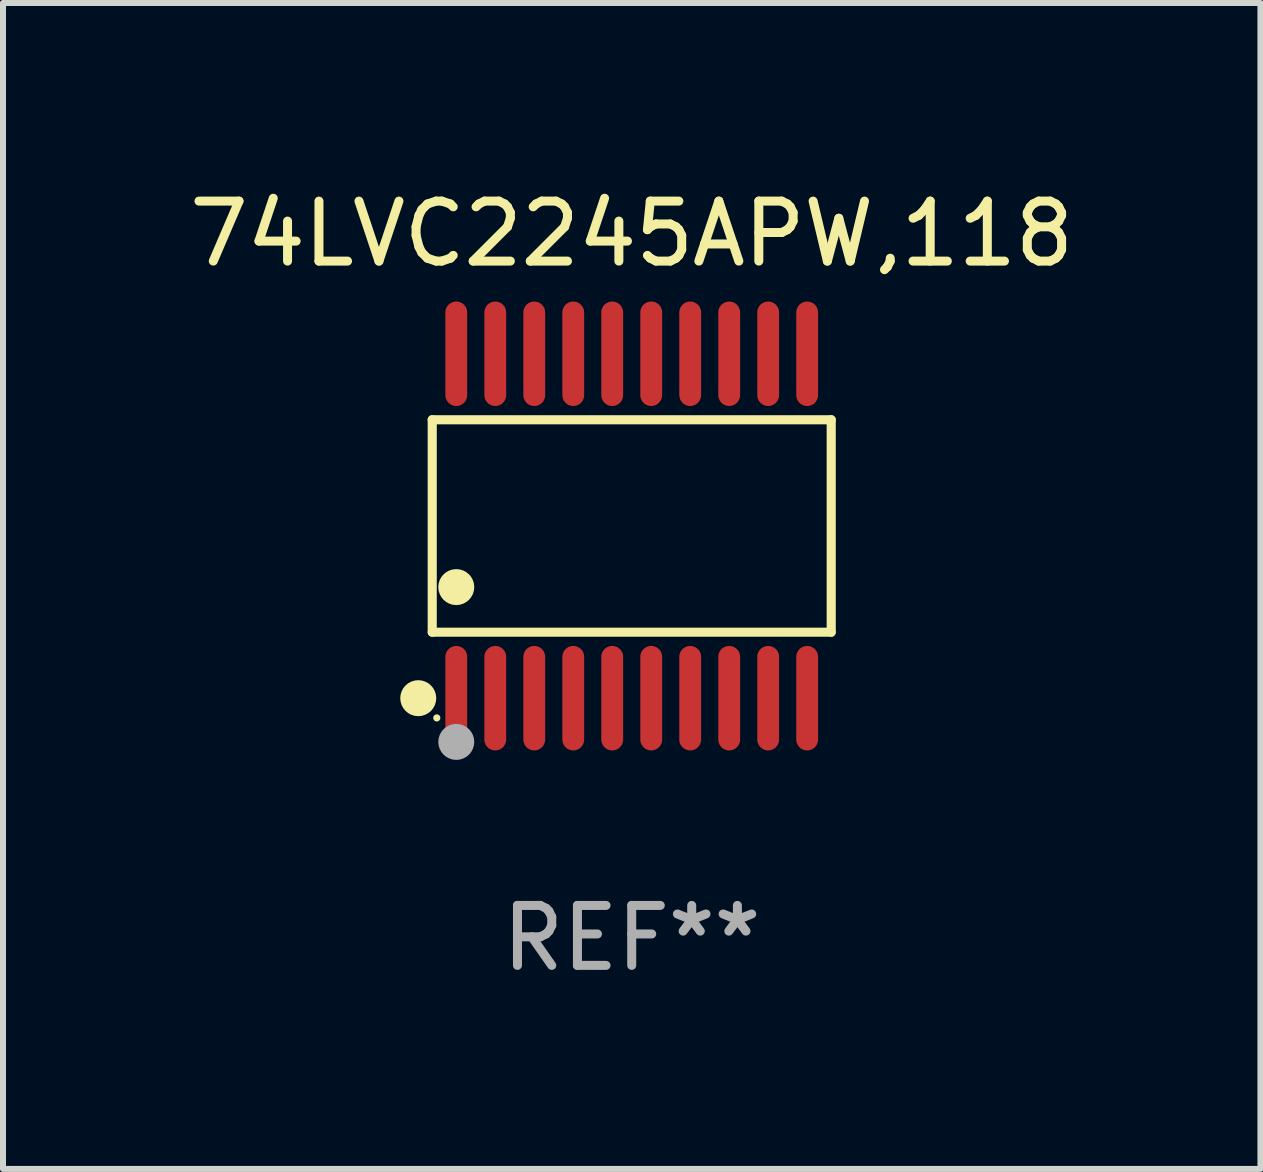
<source format=kicad_pcb>
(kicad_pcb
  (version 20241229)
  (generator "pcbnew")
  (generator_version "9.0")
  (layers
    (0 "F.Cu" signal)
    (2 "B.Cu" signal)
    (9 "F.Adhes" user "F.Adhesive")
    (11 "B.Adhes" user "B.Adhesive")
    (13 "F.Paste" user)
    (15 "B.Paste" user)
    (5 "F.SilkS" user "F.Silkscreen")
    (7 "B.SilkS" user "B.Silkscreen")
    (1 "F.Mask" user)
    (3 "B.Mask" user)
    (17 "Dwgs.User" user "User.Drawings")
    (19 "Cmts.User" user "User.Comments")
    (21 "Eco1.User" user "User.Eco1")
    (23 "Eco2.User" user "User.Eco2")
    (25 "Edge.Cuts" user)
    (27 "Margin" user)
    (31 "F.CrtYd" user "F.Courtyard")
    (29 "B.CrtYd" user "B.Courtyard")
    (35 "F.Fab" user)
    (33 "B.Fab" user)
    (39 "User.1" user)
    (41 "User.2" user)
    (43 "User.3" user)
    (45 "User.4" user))
  (footprint "74LVC2245APW,118"
    (layer "F.Cu")
    (at 7.482 5.719)
    (property "Reference" "74LVC2245APW,118" (at 0 -4.871 0) (layer "F.SilkS") (effects (font (size 1 1) (thickness 0.15))))
    (attr through_hole)
    (fp_line (start -3.326 -1.771) (end 3.326 -1.771) (stroke (width 0.152) (type solid)) (layer "F.SilkS"))
    (fp_line (start -3.326 1.771) (end -3.326 -1.771) (stroke (width 0.152) (type solid)) (layer "F.SilkS"))
    (fp_line (start 3.326 -1.771) (end 3.326 1.771) (stroke (width 0.152) (type solid)) (layer "F.SilkS"))
    (fp_line (start 3.326 1.771) (end -3.326 1.771) (stroke (width 0.152) (type solid)) (layer "F.SilkS"))
    (fp_circle (center -3.559 2.871) (end -3.409 2.871) (stroke (width 0.3) (type solid)) (fill no) (layer "F.SilkS"))
    (fp_circle (center -3.25 3.2) (end -3.22 3.2) (stroke (width 0.06) (type solid)) (fill no) (layer "F.SilkS"))
    (fp_circle (center -2.925 1.019) (end -2.775 1.019) (stroke (width 0.3) (type solid)) (fill no) (layer "F.SilkS"))
    (fp_circle (center -2.925 3.6) (end -2.775 3.6) (stroke (width 0.3) (type solid)) (fill no) (layer "F.Fab"))
    (fp_text user "REF**" (at 0 6.871 0) (layer "F.Fab") (effects (font (size 1 1) (thickness 0.15))))
    (pad "1" smd oval (at -2.925 2.871) (size 0.364 1.742) (layers "F.Cu" "F.Mask" "F.Paste"))
    (pad "2" smd oval (at -2.275 2.871) (size 0.364 1.742) (layers "F.Cu" "F.Mask" "F.Paste"))
    (pad "3" smd oval (at -1.625 2.871) (size 0.364 1.742) (layers "F.Cu" "F.Mask" "F.Paste"))
    (pad "4" smd oval (at -0.975 2.871) (size 0.364 1.742) (layers "F.Cu" "F.Mask" "F.Paste"))
    (pad "5" smd oval (at -0.325 2.871) (size 0.364 1.742) (layers "F.Cu" "F.Mask" "F.Paste"))
    (pad "6" smd oval (at 0.325 2.871) (size 0.364 1.742) (layers "F.Cu" "F.Mask" "F.Paste"))
    (pad "7" smd oval (at 0.975 2.871) (size 0.364 1.742) (layers "F.Cu" "F.Mask" "F.Paste"))
    (pad "8" smd oval (at 1.625 2.871) (size 0.364 1.742) (layers "F.Cu" "F.Mask" "F.Paste"))
    (pad "9" smd oval (at 2.275 2.871) (size 0.364 1.742) (layers "F.Cu" "F.Mask" "F.Paste"))
    (pad "10" smd oval (at 2.925 2.871) (size 0.364 1.742) (layers "F.Cu" "F.Mask" "F.Paste"))
    (pad "11" smd oval (at 2.925 -2.871) (size 0.364 1.742) (layers "F.Cu" "F.Mask" "F.Paste"))
    (pad "12" smd oval (at 2.275 -2.871) (size 0.364 1.742) (layers "F.Cu" "F.Mask" "F.Paste"))
    (pad "13" smd oval (at 1.625 -2.871) (size 0.364 1.742) (layers "F.Cu" "F.Mask" "F.Paste"))
    (pad "14" smd oval (at 0.975 -2.871) (size 0.364 1.742) (layers "F.Cu" "F.Mask" "F.Paste"))
    (pad "15" smd oval (at 0.325 -2.871) (size 0.364 1.742) (layers "F.Cu" "F.Mask" "F.Paste"))
    (pad "16" smd oval (at -0.325 -2.871) (size 0.364 1.742) (layers "F.Cu" "F.Mask" "F.Paste"))
    (pad "17" smd oval (at -0.975 -2.871) (size 0.364 1.742) (layers "F.Cu" "F.Mask" "F.Paste"))
    (pad "18" smd oval (at -1.625 -2.871) (size 0.364 1.742) (layers "F.Cu" "F.Mask" "F.Paste"))
    (pad "19" smd oval (at -2.275 -2.871) (size 0.364 1.742) (layers "F.Cu" "F.Mask" "F.Paste"))
    (pad "20" smd oval (at -2.925 -2.871) (size 0.364 1.742) (layers "F.Cu" "F.Mask" "F.Paste")))
  (gr_rect
    (start -3 -3)
    (end 17.964 16.438)
    (stroke (width 0.1) (type default))
    (fill no)
    (layer "Edge.Cuts")))
</source>
